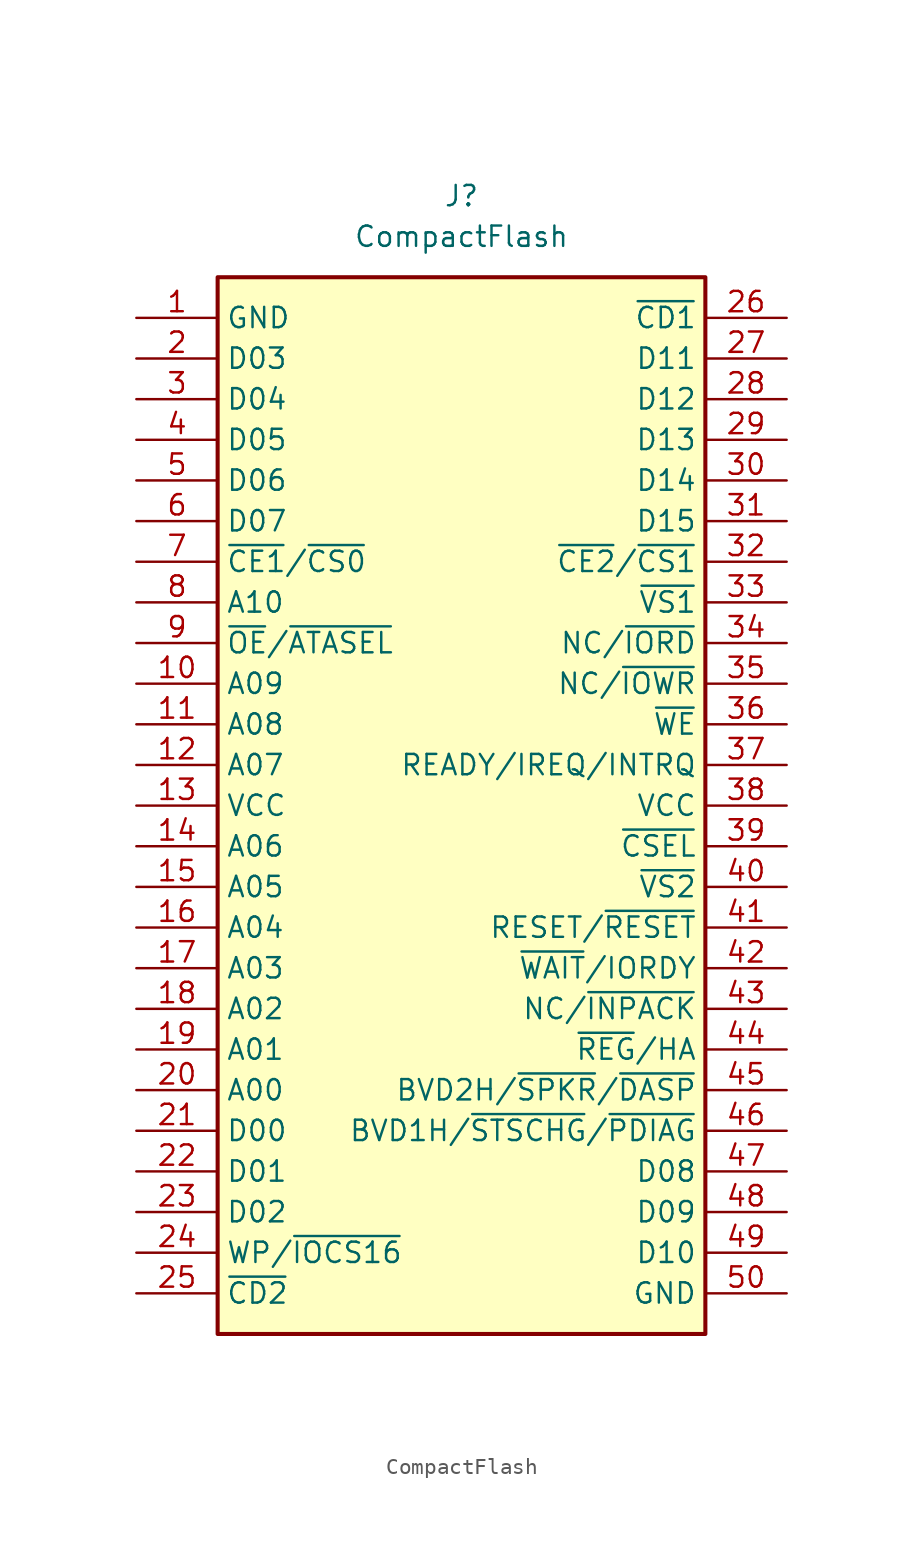
<source format=kicad_sym>
(kicad_symbol_lib
  (version 20211014)
  (generator kicad_symbol_editor)
  (symbol "CompactFlash"
    (property "Reference" "J"
      (at 0 38.1 0)
      (effects (font (size 1.27 1.27))))
    (property "Value" "CompactFlash"
      (at 0 35.56 0)
      (effects (font (size 1.27 1.27))))
    (symbol "CompactFlash_0_1"
      (rectangle (start -15.24 33.02) (end 15.24 -33.02) (stroke (width 0.254) (type default) (color 0 0 0 0)) (fill (type background))))
    (symbol "CompactFlash_1_1"
      (pin power_in line (at -20.32 30.48 0) (length 5.08) (name "GND" (effects (font (size 1.27 1.27)))) (number "1" (effects (font (size 1.27 1.27)))))
      (pin input line (at -20.32 7.62 0) (length 5.08) (name "A09" (effects (font (size 1.27 1.27)))) (number "10" (effects (font (size 1.27 1.27)))))
      (pin input line (at -20.32 5.08 0) (length 5.08) (name "A08" (effects (font (size 1.27 1.27)))) (number "11" (effects (font (size 1.27 1.27)))))
      (pin input line (at -20.32 2.54 0) (length 5.08) (name "A07" (effects (font (size 1.27 1.27)))) (number "12" (effects (font (size 1.27 1.27)))))
      (pin power_in line (at -20.32 0 0) (length 5.08) (name "VCC" (effects (font (size 1.27 1.27)))) (number "13" (effects (font (size 1.27 1.27)))))
      (pin input line (at -20.32 -2.54 0) (length 5.08) (name "A06" (effects (font (size 1.27 1.27)))) (number "14" (effects (font (size 1.27 1.27)))))
      (pin input line (at -20.32 -5.08 0) (length 5.08) (name "A05" (effects (font (size 1.27 1.27)))) (number "15" (effects (font (size 1.27 1.27)))))
      (pin input line (at -20.32 -7.62 0) (length 5.08) (name "A04" (effects (font (size 1.27 1.27)))) (number "16" (effects (font (size 1.27 1.27)))))
      (pin input line (at -20.32 -10.16 0) (length 5.08) (name "A03" (effects (font (size 1.27 1.27)))) (number "17" (effects (font (size 1.27 1.27)))))
      (pin input line (at -20.32 -12.7 0) (length 5.08) (name "A02" (effects (font (size 1.27 1.27)))) (number "18" (effects (font (size 1.27 1.27)))))
      (pin input line (at -20.32 -15.24 0) (length 5.08) (name "A01" (effects (font (size 1.27 1.27)))) (number "19" (effects (font (size 1.27 1.27)))))
      (pin bidirectional line (at -20.32 27.94 0) (length 5.08) (name "D03" (effects (font (size 1.27 1.27)))) (number "2" (effects (font (size 1.27 1.27)))))
      (pin input line (at -20.32 -17.78 0) (length 5.08) (name "A00" (effects (font (size 1.27 1.27)))) (number "20" (effects (font (size 1.27 1.27)))))
      (pin bidirectional line (at -20.32 -20.32 0) (length 5.08) (name "D00" (effects (font (size 1.27 1.27)))) (number "21" (effects (font (size 1.27 1.27)))))
      (pin bidirectional line (at -20.32 -22.86 0) (length 5.08) (name "D01" (effects (font (size 1.27 1.27)))) (number "22" (effects (font (size 1.27 1.27)))))
      (pin bidirectional line (at -20.32 -25.4 0) (length 5.08) (name "D02" (effects (font (size 1.27 1.27)))) (number "23" (effects (font (size 1.27 1.27)))))
      (pin input line (at -20.32 -27.94 0) (length 5.08) (name "WP/~{IOCS16}" (effects (font (size 1.27 1.27)))) (number "24" (effects (font (size 1.27 1.27)))))
      (pin output line (at -20.32 -30.48 0) (length 5.08) (name "~{CD2}" (effects (font (size 1.27 1.27)))) (number "25" (effects (font (size 1.27 1.27)))))
      (pin output line (at 20.32 30.48 180) (length 5.08) (name "~{CD1}" (effects (font (size 1.27 1.27)))) (number "26" (effects (font (size 1.27 1.27)))))
      (pin bidirectional line (at 20.32 27.94 180) (length 5.08) (name "D11" (effects (font (size 1.27 1.27)))) (number "27" (effects (font (size 1.27 1.27)))))
      (pin bidirectional line (at 20.32 25.4 180) (length 5.08) (name "D12" (effects (font (size 1.27 1.27)))) (number "28" (effects (font (size 1.27 1.27)))))
      (pin bidirectional line (at 20.32 22.86 180) (length 5.08) (name "D13" (effects (font (size 1.27 1.27)))) (number "29" (effects (font (size 1.27 1.27)))))
      (pin bidirectional line (at -20.32 25.4 0) (length 5.08) (name "D04" (effects (font (size 1.27 1.27)))) (number "3" (effects (font (size 1.27 1.27)))))
      (pin bidirectional line (at 20.32 20.32 180) (length 5.08) (name "D14" (effects (font (size 1.27 1.27)))) (number "30" (effects (font (size 1.27 1.27)))))
      (pin bidirectional line (at 20.32 17.78 180) (length 5.08) (name "D15" (effects (font (size 1.27 1.27)))) (number "31" (effects (font (size 1.27 1.27)))))
      (pin input line (at 20.32 15.24 180) (length 5.08) (name "~{CE2}/~{CS1}" (effects (font (size 1.27 1.27)))) (number "32" (effects (font (size 1.27 1.27)))))
      (pin output line (at 20.32 12.7 180) (length 5.08) (name "~{VS1}" (effects (font (size 1.27 1.27)))) (number "33" (effects (font (size 1.27 1.27)))))
      (pin input line (at 20.32 10.16 180) (length 5.08) (name "NC/~{IORD}" (effects (font (size 1.27 1.27)))) (number "34" (effects (font (size 1.27 1.27)))))
      (pin input line (at 20.32 7.62 180) (length 5.08) (name "NC/~{IOWR}" (effects (font (size 1.27 1.27)))) (number "35" (effects (font (size 1.27 1.27)))))
      (pin input line (at 20.32 5.08 180) (length 5.08) (name "~{WE}" (effects (font (size 1.27 1.27)))) (number "36" (effects (font (size 1.27 1.27)))))
      (pin output line (at 20.32 2.54 180) (length 5.08) (name "READY/IREQ/INTRQ" (effects (font (size 1.27 1.27)))) (number "37" (effects (font (size 1.27 1.27)))))
      (pin power_in line (at 20.32 0 180) (length 5.08) (name "VCC" (effects (font (size 1.27 1.27)))) (number "38" (effects (font (size 1.27 1.27)))))
      (pin input line (at 20.32 -2.54 180) (length 5.08) (name "~{CSEL}" (effects (font (size 1.27 1.27)))) (number "39" (effects (font (size 1.27 1.27)))))
      (pin bidirectional line (at -20.32 22.86 0) (length 5.08) (name "D05" (effects (font (size 1.27 1.27)))) (number "4" (effects (font (size 1.27 1.27)))))
      (pin output line (at 20.32 -5.08 180) (length 5.08) (name "~{VS2}" (effects (font (size 1.27 1.27)))) (number "40" (effects (font (size 1.27 1.27)))))
      (pin input line (at 20.32 -7.62 180) (length 5.08) (name "RESET/~{RESET}" (effects (font (size 1.27 1.27)))) (number "41" (effects (font (size 1.27 1.27)))))
      (pin output line (at 20.32 -10.16 180) (length 5.08) (name "~{WAIT}/IORDY" (effects (font (size 1.27 1.27)))) (number "42" (effects (font (size 1.27 1.27)))))
      (pin output line (at 20.32 -12.7 180) (length 5.08) (name "NC/~{INPACK}" (effects (font (size 1.27 1.27)))) (number "43" (effects (font (size 1.27 1.27)))))
      (pin input line (at 20.32 -15.24 180) (length 5.08) (name "~{REG}/HA" (effects (font (size 1.27 1.27)))) (number "44" (effects (font (size 1.27 1.27)))))
      (pin bidirectional line (at 20.32 -17.78 180) (length 5.08) (name "BVD2H/~{SPKR}/~{DASP}" (effects (font (size 1.27 1.27)))) (number "45" (effects (font (size 1.27 1.27)))))
      (pin bidirectional line (at 20.32 -20.32 180) (length 5.08) (name "BVD1H/~{STSCHG}/~{PDIAG}" (effects (font (size 1.27 1.27)))) (number "46" (effects (font (size 1.27 1.27)))))
      (pin bidirectional line (at 20.32 -22.86 180) (length 5.08) (name "D08" (effects (font (size 1.27 1.27)))) (number "47" (effects (font (size 1.27 1.27)))))
      (pin bidirectional line (at 20.32 -25.4 180) (length 5.08) (name "D09" (effects (font (size 1.27 1.27)))) (number "48" (effects (font (size 1.27 1.27)))))
      (pin bidirectional line (at 20.32 -27.94 180) (length 5.08) (name "D10" (effects (font (size 1.27 1.27)))) (number "49" (effects (font (size 1.27 1.27)))))
      (pin bidirectional line (at -20.32 20.32 0) (length 5.08) (name "D06" (effects (font (size 1.27 1.27)))) (number "5" (effects (font (size 1.27 1.27)))))
      (pin power_in line (at 20.32 -30.48 180) (length 5.08) (name "GND" (effects (font (size 1.27 1.27)))) (number "50" (effects (font (size 1.27 1.27)))))
      (pin bidirectional line (at -20.32 17.78 0) (length 5.08) (name "D07" (effects (font (size 1.27 1.27)))) (number "6" (effects (font (size 1.27 1.27)))))
      (pin input line (at -20.32 15.24 0) (length 5.08) (name "~{CE1}/~{CS0}" (effects (font (size 1.27 1.27)))) (number "7" (effects (font (size 1.27 1.27)))))
      (pin input line (at -20.32 12.7 0) (length 5.08) (name "A10" (effects (font (size 1.27 1.27)))) (number "8" (effects (font (size 1.27 1.27)))))
      (pin input line (at -20.32 10.16 0) (length 5.08) (name "~{OE}/~{ATASEL}" (effects (font (size 1.27 1.27)))) (number "9" (effects (font (size 1.27 1.27))))))))
</source>
